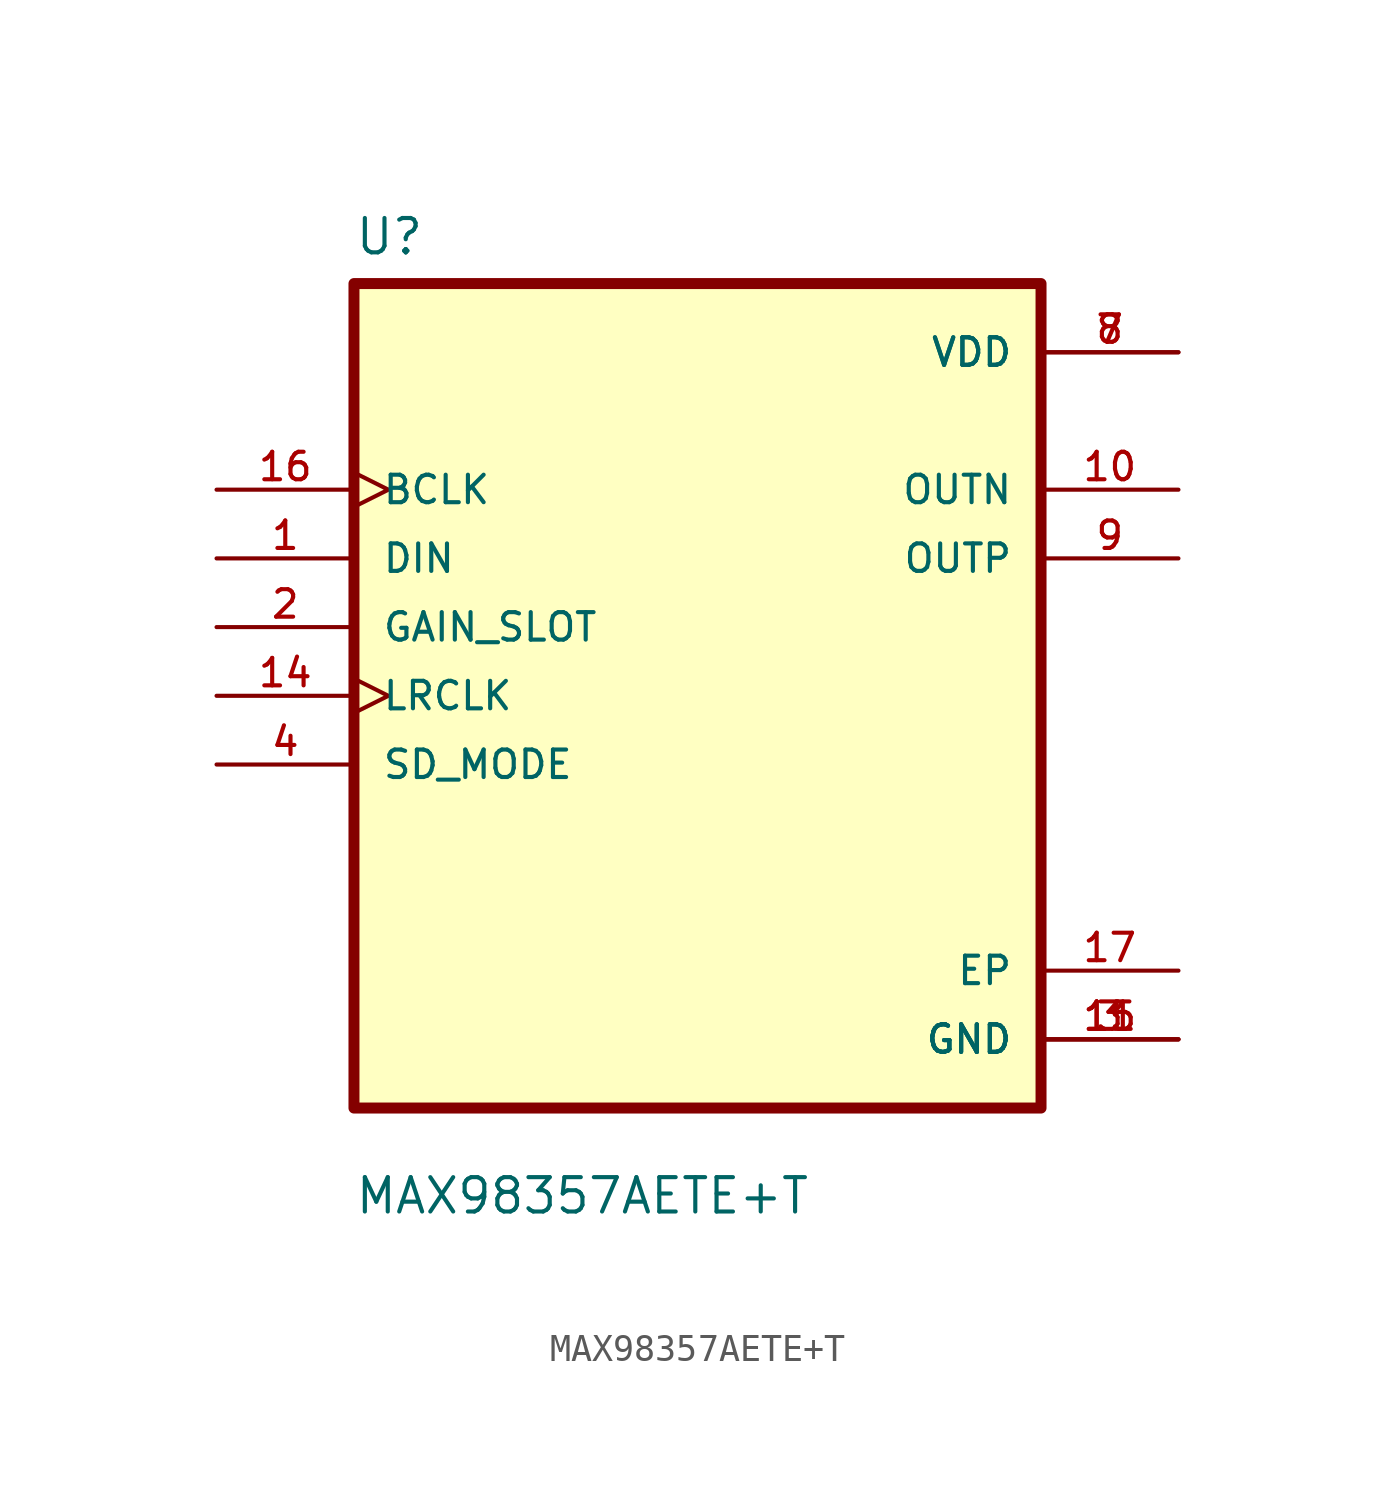
<source format=kicad_sym>
(kicad_symbol_lib
  (version 20211014)
  (generator kicad_symbol_editor)
  (symbol "MAX98357AETE+T"
    (pin_names
      (offset 1.016))
    (property "Reference" "U"
      (at -12.7 16.231 0)
      (effects (font (size 1.27 1.27)) (justify left bottom)))
    (property "Value" "MAX98357AETE+T"
      (at -12.7 -19.228 0)
      (effects (font (size 1.27 1.27)) (justify left bottom)))
    (symbol "MAX98357AETE+T_0_0"
      (rectangle (start -12.7 -15.24) (end 12.7 15.24) (stroke (width 0.406) (type default) (color 0 0 0 0)) (fill (type background)))
      (pin input line (at -17.78 5.08 0) (length 5.08) (name "DIN" (effects (font (size 1.016 1.016)))) (number "1" (effects (font (size 1.016 1.016)))))
      (pin output line (at 17.78 7.62 180) (length 5.08) (name "OUTN" (effects (font (size 1.016 1.016)))) (number "10" (effects (font (size 1.016 1.016)))))
      (pin power_in line (at 17.78 -12.7 180) (length 5.08) (name "GND" (effects (font (size 1.016 1.016)))) (number "11" (effects (font (size 1.016 1.016)))))
      (pin input clock (at -17.78 0 0) (length 5.08) (name "LRCLK" (effects (font (size 1.016 1.016)))) (number "14" (effects (font (size 1.016 1.016)))))
      (pin power_in line (at 17.78 -12.7 180) (length 5.08) (name "GND" (effects (font (size 1.016 1.016)))) (number "15" (effects (font (size 1.016 1.016)))))
      (pin input clock (at -17.78 7.62 0) (length 5.08) (name "BCLK" (effects (font (size 1.016 1.016)))) (number "16" (effects (font (size 1.016 1.016)))))
      (pin power_in line (at 17.78 -10.16 180) (length 5.08) (name "EP" (effects (font (size 1.016 1.016)))) (number "17" (effects (font (size 1.016 1.016)))))
      (pin input line (at -17.78 2.54 0) (length 5.08) (name "GAIN_SLOT" (effects (font (size 1.016 1.016)))) (number "2" (effects (font (size 1.016 1.016)))))
      (pin power_in line (at 17.78 -12.7 180) (length 5.08) (name "GND" (effects (font (size 1.016 1.016)))) (number "3" (effects (font (size 1.016 1.016)))))
      (pin input line (at -17.78 -2.54 0) (length 5.08) (name "SD_MODE" (effects (font (size 1.016 1.016)))) (number "4" (effects (font (size 1.016 1.016)))))
      (pin power_in line (at 17.78 12.7 180) (length 5.08) (name "VDD" (effects (font (size 1.016 1.016)))) (number "7" (effects (font (size 1.016 1.016)))))
      (pin power_in line (at 17.78 12.7 180) (length 5.08) (name "VDD" (effects (font (size 1.016 1.016)))) (number "8" (effects (font (size 1.016 1.016)))))
      (pin output line (at 17.78 5.08 180) (length 5.08) (name "OUTP" (effects (font (size 1.016 1.016)))) (number "9" (effects (font (size 1.016 1.016))))))))
</source>
